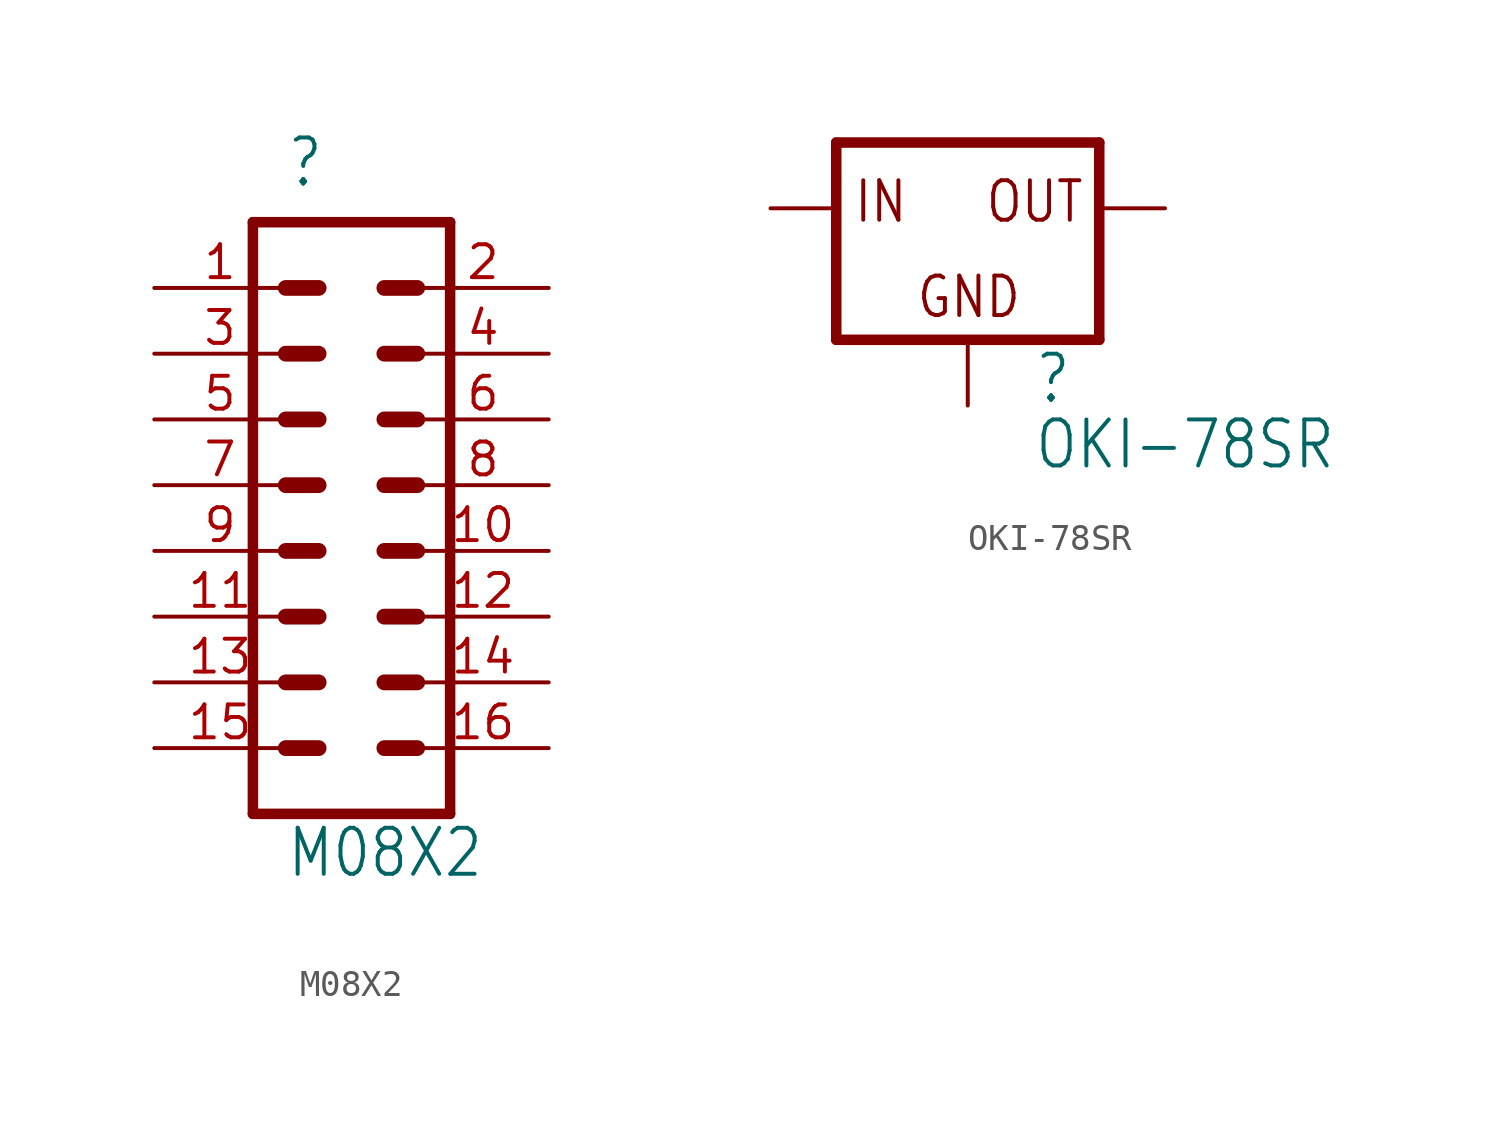
<source format=kicad_sym>
(kicad_symbol_lib
  (version 20211014)
  (generator kicad_symbol_editor)
  (symbol "M08X2"
    (property "Reference" ""
      (at -2.54 13.97 0)
      (effects (font (size 1.778 1.511)) (justify left bottom)))
    (property "Value" "M08X2"
      (at -2.54 -12.7 0)
      (effects (font (size 1.778 1.511)) (justify left bottom)))
    (property "ki_locked" ""
      (at 0 0 0)
      (effects (font (size 1.27 1.27))))
    (symbol "M08X2_1_0"
      (polyline (pts (xy -3.81 12.7) (xy -3.81 -10.16)) (stroke (width 0.406) (type default) (color 0 0 0 0)) (fill (type none)))
      (polyline (pts (xy -3.81 12.7) (xy 3.81 12.7)) (stroke (width 0.406) (type default) (color 0 0 0 0)) (fill (type none)))
      (polyline (pts (xy -1.27 -7.62) (xy -2.54 -7.62)) (stroke (width 0.61) (type default) (color 0 0 0 0)) (fill (type none)))
      (polyline (pts (xy -1.27 -5.08) (xy -2.54 -5.08)) (stroke (width 0.61) (type default) (color 0 0 0 0)) (fill (type none)))
      (polyline (pts (xy -1.27 -2.54) (xy -2.54 -2.54)) (stroke (width 0.61) (type default) (color 0 0 0 0)) (fill (type none)))
      (polyline (pts (xy -1.27 0) (xy -2.54 0)) (stroke (width 0.61) (type default) (color 0 0 0 0)) (fill (type none)))
      (polyline (pts (xy -1.27 2.54) (xy -2.54 2.54)) (stroke (width 0.61) (type default) (color 0 0 0 0)) (fill (type none)))
      (polyline (pts (xy -1.27 5.08) (xy -2.54 5.08)) (stroke (width 0.61) (type default) (color 0 0 0 0)) (fill (type none)))
      (polyline (pts (xy -1.27 7.62) (xy -2.54 7.62)) (stroke (width 0.61) (type default) (color 0 0 0 0)) (fill (type none)))
      (polyline (pts (xy -1.27 10.16) (xy -2.54 10.16)) (stroke (width 0.61) (type default) (color 0 0 0 0)) (fill (type none)))
      (polyline (pts (xy 1.27 -7.62) (xy 2.54 -7.62)) (stroke (width 0.61) (type default) (color 0 0 0 0)) (fill (type none)))
      (polyline (pts (xy 1.27 -5.08) (xy 2.54 -5.08)) (stroke (width 0.61) (type default) (color 0 0 0 0)) (fill (type none)))
      (polyline (pts (xy 1.27 -2.54) (xy 2.54 -2.54)) (stroke (width 0.61) (type default) (color 0 0 0 0)) (fill (type none)))
      (polyline (pts (xy 1.27 0) (xy 2.54 0)) (stroke (width 0.61) (type default) (color 0 0 0 0)) (fill (type none)))
      (polyline (pts (xy 1.27 2.54) (xy 2.54 2.54)) (stroke (width 0.61) (type default) (color 0 0 0 0)) (fill (type none)))
      (polyline (pts (xy 1.27 5.08) (xy 2.54 5.08)) (stroke (width 0.61) (type default) (color 0 0 0 0)) (fill (type none)))
      (polyline (pts (xy 1.27 7.62) (xy 2.54 7.62)) (stroke (width 0.61) (type default) (color 0 0 0 0)) (fill (type none)))
      (polyline (pts (xy 1.27 10.16) (xy 2.54 10.16)) (stroke (width 0.61) (type default) (color 0 0 0 0)) (fill (type none)))
      (polyline (pts (xy 3.81 -10.16) (xy -3.81 -10.16)) (stroke (width 0.406) (type default) (color 0 0 0 0)) (fill (type none)))
      (polyline (pts (xy 3.81 -10.16) (xy 3.81 12.7)) (stroke (width 0.406) (type default) (color 0 0 0 0)) (fill (type none)))
      (pin passive line (at -7.62 10.16 0) (length 5.08) (name "1" (effects (font (size 0 0)))) (number "1" (effects (font (size 1.27 1.27)))))
      (pin passive line (at 7.62 0 180) (length 5.08) (name "10" (effects (font (size 0 0)))) (number "10" (effects (font (size 1.27 1.27)))))
      (pin passive line (at -7.62 -2.54 0) (length 5.08) (name "11" (effects (font (size 0 0)))) (number "11" (effects (font (size 1.27 1.27)))))
      (pin passive line (at 7.62 -2.54 180) (length 5.08) (name "12" (effects (font (size 0 0)))) (number "12" (effects (font (size 1.27 1.27)))))
      (pin passive line (at -7.62 -5.08 0) (length 5.08) (name "13" (effects (font (size 0 0)))) (number "13" (effects (font (size 1.27 1.27)))))
      (pin passive line (at 7.62 -5.08 180) (length 5.08) (name "14" (effects (font (size 0 0)))) (number "14" (effects (font (size 1.27 1.27)))))
      (pin passive line (at -7.62 -7.62 0) (length 5.08) (name "15" (effects (font (size 0 0)))) (number "15" (effects (font (size 1.27 1.27)))))
      (pin passive line (at 7.62 -7.62 180) (length 5.08) (name "16" (effects (font (size 0 0)))) (number "16" (effects (font (size 1.27 1.27)))))
      (pin passive line (at 7.62 10.16 180) (length 5.08) (name "2" (effects (font (size 0 0)))) (number "2" (effects (font (size 1.27 1.27)))))
      (pin passive line (at -7.62 7.62 0) (length 5.08) (name "3" (effects (font (size 0 0)))) (number "3" (effects (font (size 1.27 1.27)))))
      (pin passive line (at 7.62 7.62 180) (length 5.08) (name "4" (effects (font (size 0 0)))) (number "4" (effects (font (size 1.27 1.27)))))
      (pin passive line (at -7.62 5.08 0) (length 5.08) (name "5" (effects (font (size 0 0)))) (number "5" (effects (font (size 1.27 1.27)))))
      (pin passive line (at 7.62 5.08 180) (length 5.08) (name "6" (effects (font (size 0 0)))) (number "6" (effects (font (size 1.27 1.27)))))
      (pin passive line (at -7.62 2.54 0) (length 5.08) (name "7" (effects (font (size 0 0)))) (number "7" (effects (font (size 1.27 1.27)))))
      (pin passive line (at 7.62 2.54 180) (length 5.08) (name "8" (effects (font (size 0 0)))) (number "8" (effects (font (size 1.27 1.27)))))
      (pin passive line (at -7.62 0 0) (length 5.08) (name "9" (effects (font (size 0 0)))) (number "9" (effects (font (size 1.27 1.27)))))))
  (symbol "OKI-78SR"
    (property "Reference" ""
      (at 2.54 -7.62 0)
      (effects (font (size 1.778 1.511)) (justify left bottom)))
    (property "Value" "OKI-78SR"
      (at 2.54 -10.16 0)
      (effects (font (size 1.778 1.511)) (justify left bottom)))
    (property "ki_locked" ""
      (at 0 0 0)
      (effects (font (size 1.27 1.27))))
    (symbol "OKI-78SR_1_0"
      (polyline (pts (xy -5.08 -5.08) (xy 5.08 -5.08)) (stroke (width 0.406) (type default) (color 0 0 0 0)) (fill (type none)))
      (polyline (pts (xy -5.08 2.54) (xy -5.08 -5.08)) (stroke (width 0.406) (type default) (color 0 0 0 0)) (fill (type none)))
      (polyline (pts (xy 5.08 -5.08) (xy 5.08 2.54)) (stroke (width 0.406) (type default) (color 0 0 0 0)) (fill (type none)))
      (polyline (pts (xy 5.08 2.54) (xy -5.08 2.54)) (stroke (width 0.406) (type default) (color 0 0 0 0)) (fill (type none)))
      (text "GND" (at -2.032 -4.318 0) (effects (font (size 1.524 1.295)) (justify left bottom)))
      (text "IN" (at -4.445 -0.635 0) (effects (font (size 1.524 1.295)) (justify left bottom)))
      (text "OUT" (at 0.635 -0.635 0) (effects (font (size 1.524 1.295)) (justify left bottom)))
      (pin input line (at -7.62 0 0) (length 2.54) (name "IN" (effects (font (size 0 0)))) (number "1" (effects (font (size 0 0)))))
      (pin input line (at 0 -7.62 90) (length 2.54) (name "GND" (effects (font (size 0 0)))) (number "2" (effects (font (size 0 0)))))
      (pin output line (at 7.62 0 180) (length 2.54) (name "OUT" (effects (font (size 0 0)))) (number "3" (effects (font (size 0 0))))))))
</source>
